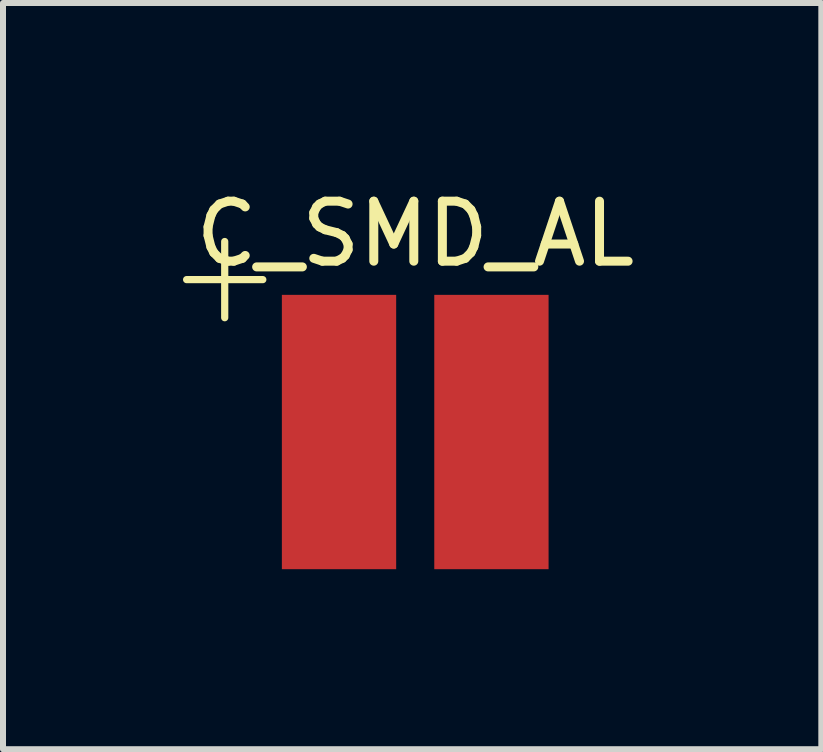
<source format=kicad_pcb>
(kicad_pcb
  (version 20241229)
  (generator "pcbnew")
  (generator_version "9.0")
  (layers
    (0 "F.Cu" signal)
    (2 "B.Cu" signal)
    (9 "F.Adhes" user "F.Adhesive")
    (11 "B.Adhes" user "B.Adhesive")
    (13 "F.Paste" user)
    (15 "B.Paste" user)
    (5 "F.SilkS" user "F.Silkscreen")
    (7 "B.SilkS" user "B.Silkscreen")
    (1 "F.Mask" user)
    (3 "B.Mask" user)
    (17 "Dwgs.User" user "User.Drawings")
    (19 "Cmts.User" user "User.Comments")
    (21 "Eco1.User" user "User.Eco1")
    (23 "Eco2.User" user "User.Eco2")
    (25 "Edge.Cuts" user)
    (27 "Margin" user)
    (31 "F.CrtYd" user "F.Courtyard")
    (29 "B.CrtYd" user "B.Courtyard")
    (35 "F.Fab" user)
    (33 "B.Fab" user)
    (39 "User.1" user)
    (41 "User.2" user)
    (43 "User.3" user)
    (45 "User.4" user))
  (footprint "C_SMD_AL"
    (layer "F.Cu")
    (at 2.6 2.88)
    (property "Reference" "C_SMD_AL" (at 1.27 -2.032 0) (layer "F.SilkS") (effects (font (size 1 1) (thickness 0.15))))
    (attr through_hole)
    (fp_line (start -2.54 -1.27) (end -1.27 -1.27) (stroke (width 0.12) (type solid)) (layer "F.SilkS"))
    (fp_line (start -1.905 -0.635) (end -1.905 -1.905) (stroke (width 0.12) (type solid)) (layer "F.SilkS"))
    (pad "1" smd rect (at 0 1.27) (size 1.905 4.572) (layers "F.Cu" "F.Mask" "F.Paste"))
    (pad "2" smd rect (at 2.54 1.27) (size 1.905 4.572) (layers "F.Cu" "F.Mask" "F.Paste")))
  (gr_rect
    (start -3 -3)
    (end 10.638 9.436)
    (stroke (width 0.1) (type default))
    (fill no)
    (layer "Edge.Cuts")))
</source>
